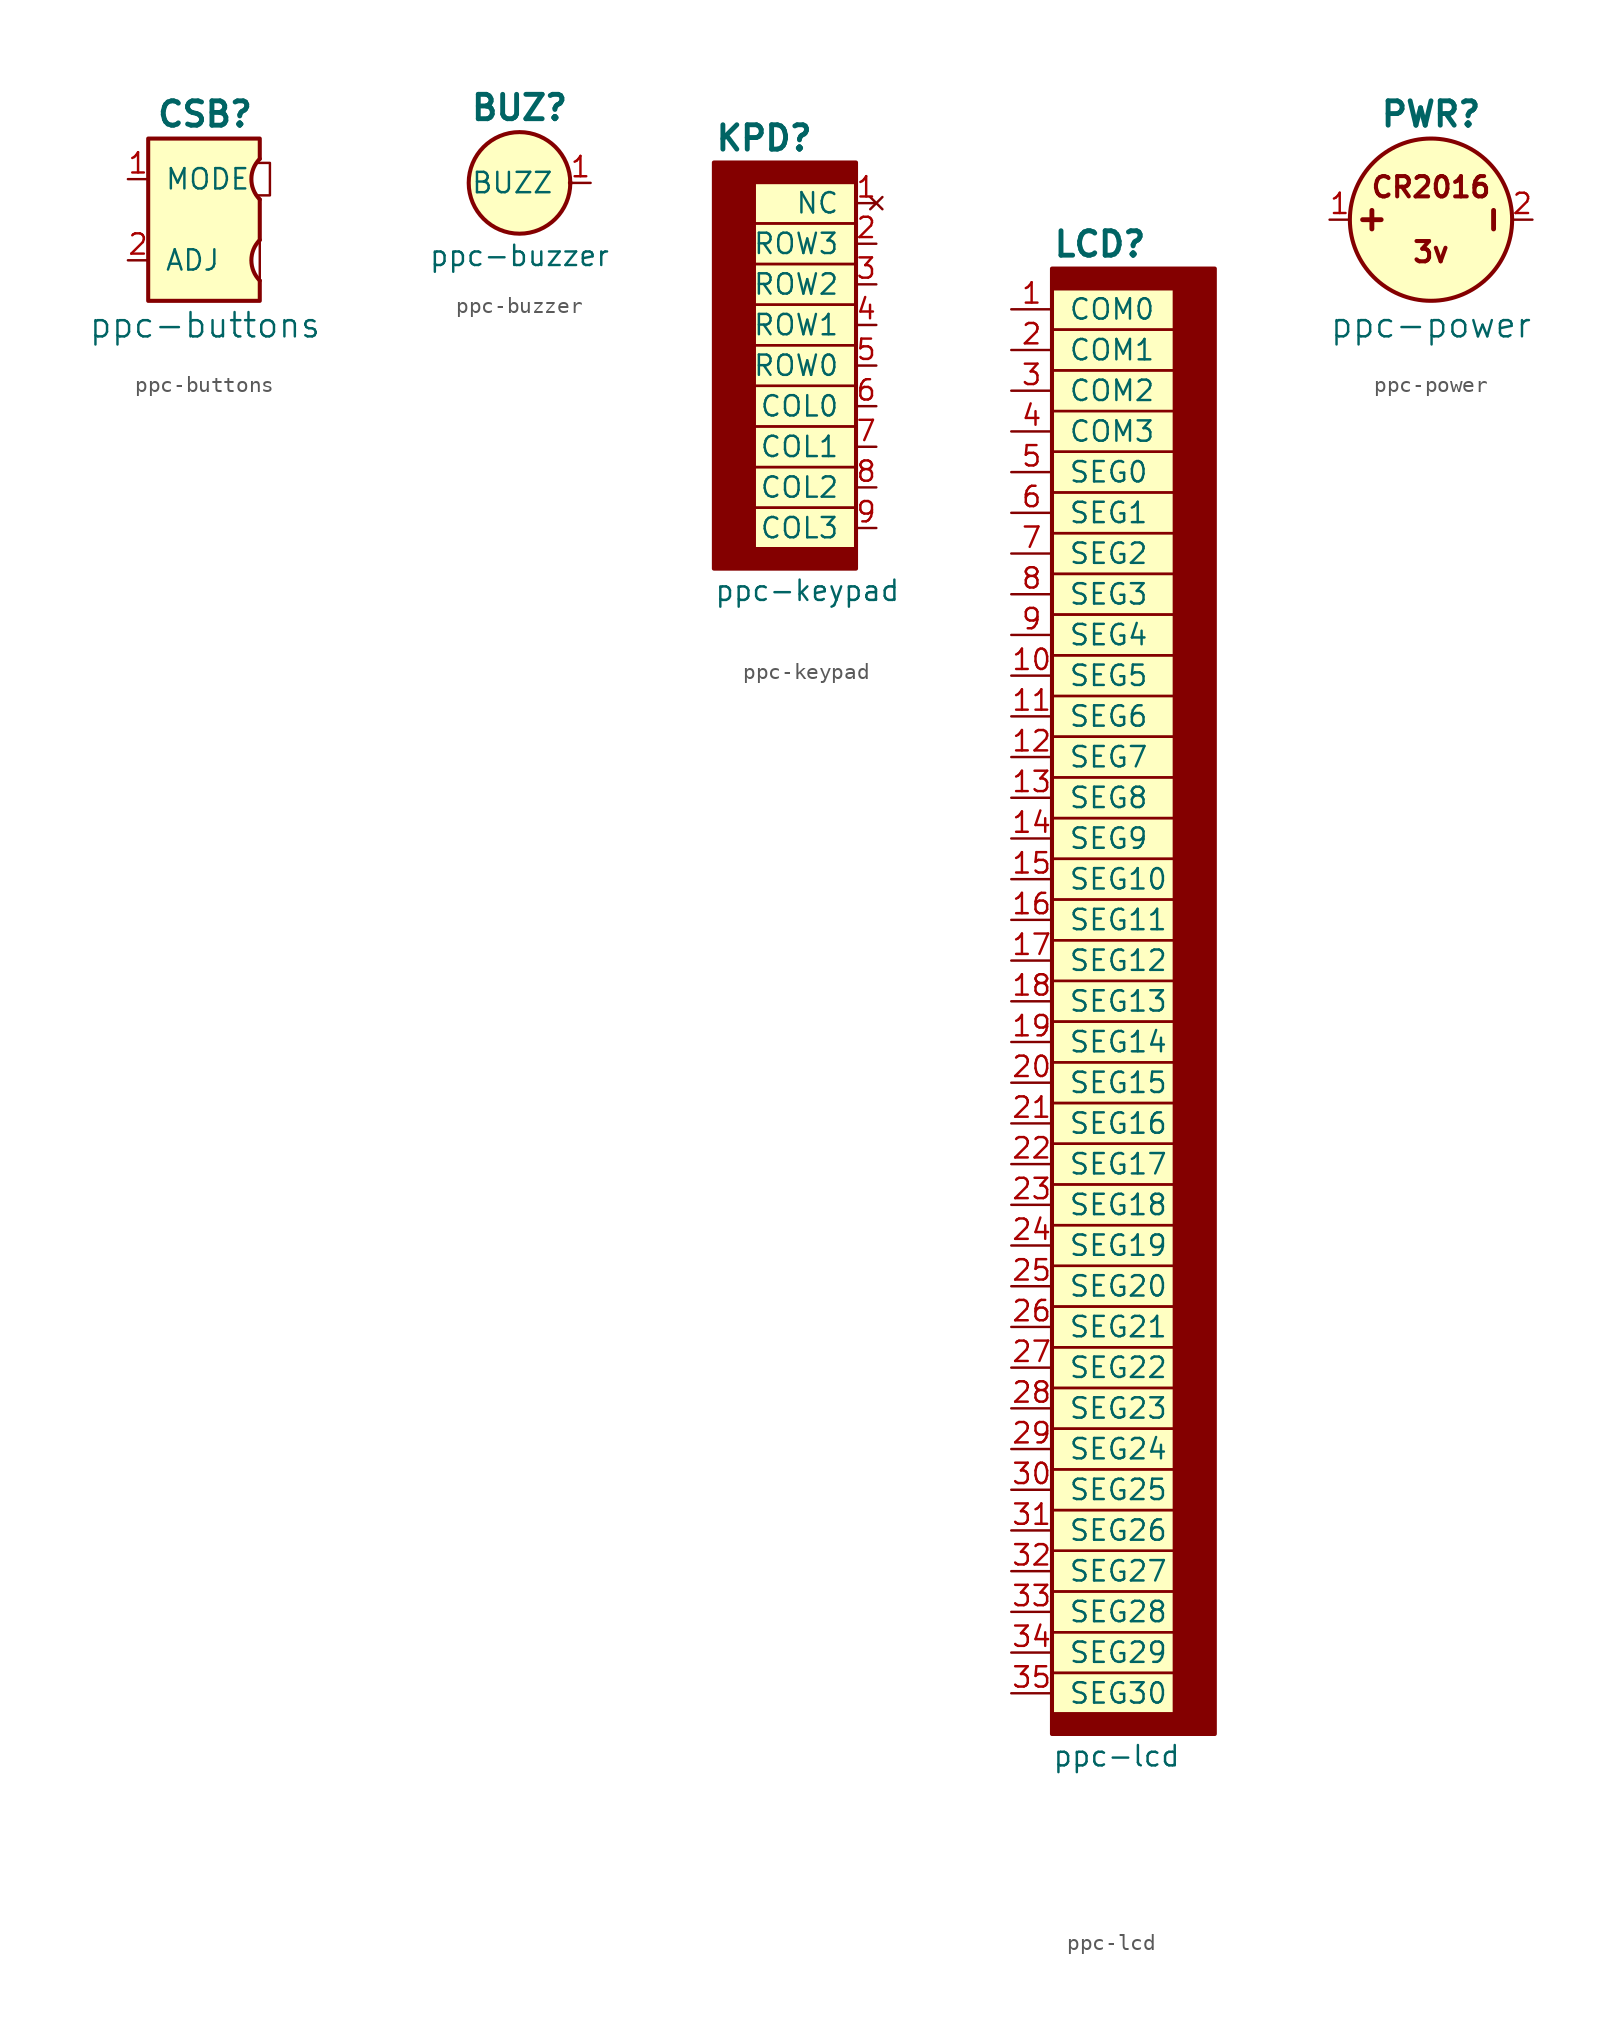
<source format=kicad_sym>
(kicad_symbol_lib
  (version 20220126)
  (generator kicad_symbol_editor)
  (symbol "ppc-buttons"
    (pin_names
      (offset 1.016))
    (property "Reference" "CSB"
      (at 0 5.715 0)
      (effects (font (size 1.524 1.524) bold) (justify bottom)))
    (property "Value" "ppc-buttons"
      (at 0 -5.715 0)
      (effects (font (size 1.524 1.524)) (justify top)))
    (symbol "ppc-buttons_0_1"
      (polyline (pts (xy 3.429 -3.81) (xy 3.429 -1.27)) (stroke (width 0.152) (type default)) (fill (type none)))
      (polyline (pts (xy 3.429 -1.27) (xy 3.429 1.27)) (stroke (width 0.254) (type default)) (fill (type none)))
      (polyline (pts (xy 3.302 1.524) (xy 4.064 1.524) (xy 4.064 3.556) (xy 3.302 3.556)) (stroke (width 0.152) (type default)) (fill (type none)))
      (polyline (pts (xy 3.429 3.81) (xy 3.429 5.08) (xy -3.556 5.08) (xy -3.556 -5.08) (xy 3.429 -5.08) (xy 3.429 -3.81)) (stroke (width 0.254) (type default)) (fill (type none)))
      (polyline (pts (xy 3.353 5.004) (xy 3.353 3.835) (xy 2.997 3.353) (xy 2.819 2.819) (xy 2.845 2.108) (xy 3.099 1.549) (xy 3.327 1.295) (xy 3.327 0.864) (xy 3.327 -1.27) (xy 3.073 -1.626) (xy 2.819 -2.54) (xy 3.023 -3.378) (xy 3.353 -3.835) (xy 3.353 -4.978) (xy -3.454 -4.978) (xy -3.454 5.029) (xy 3.353 5.004)) (stroke (width 0.003) (type default)) (fill (type background)))
      (arc (start 3.4289 -1.27) (mid 2.9029 -2.54) (end 3.4289 -3.81) (stroke (width 0.254) (type default)) (fill (type none)))
      (arc (start 3.4288 3.81) (mid 2.9028 2.54) (end 3.4288 1.27) (stroke (width 0.254) (type default)) (fill (type none))))
    (symbol "ppc-buttons_1_1"
      (pin output line (at -4.826 2.54 0) (length 1.27) (name "MODE" (effects (font (size 1.27 1.27)))) (number "1" (effects (font (size 1.27 1.27)))))
      (pin output line (at -4.826 -2.54 0) (length 1.27) (name "ADJ" (effects (font (size 1.27 1.27)))) (number "2" (effects (font (size 1.27 1.27)))))))
  (symbol "ppc-buzzer"
    (pin_names
      (offset 1.016))
    (property "Reference" "BUZ"
      (at -0.635 3.81 0)
      (effects (font (size 1.524 1.524) bold) (justify bottom)))
    (property "Value" "ppc-buzzer"
      (at -0.635 -3.81 0)
      (effects (font (size 1.27 1.27)) (justify top)))
    (symbol "ppc-buzzer_0_1"
      (circle (center -0.635 0) (radius 3.175) (stroke (width 0.254) (type default)) (fill (type background)))
      (circle (center 2.54 0) (radius 0.0001) (stroke (width 0) (type default)) (fill (type none))))
    (symbol "ppc-buzzer_1_1"
      (pin input line (at 3.81 0 180) (length 1.27) (name "BUZZ" (effects (font (size 1.27 1.27)))) (number "1" (effects (font (size 1.27 1.27)))))))
  (symbol "ppc-keypad"
    (pin_names
      (offset 1.016))
    (property "Reference" "KPD"
      (at -5.08 13.335 0)
      (effects (font (size 1.524 1.524) bold) (justify left bottom)))
    (property "Value" "ppc-keypad"
      (at -5.08 -13.335 0)
      (effects (font (size 1.27 1.27)) (justify left top)))
    (symbol "ppc-keypad_0_1"
      (rectangle (start -5.08 12.7) (end 3.81 -12.7) (stroke (width 0.254) (type default)) (fill (type none)))
      (rectangle (start -2.54 11.43) (end 3.81 -11.43) (stroke (width 0) (type default)) (fill (type background)))
      (polyline (pts (xy 3.81 11.43) (xy 3.81 12.7) (xy -5.08 12.7) (xy -5.08 -12.7) (xy 3.81 -12.7) (xy 3.81 -11.43) (xy -2.54 -11.43) (xy -2.54 11.43) (xy 3.81 11.43)) (stroke (width 0) (type default)) (fill (type outline)))
      (rectangle (start 3.81 -8.89) (end -2.54 -11.43) (stroke (width 0) (type default)) (fill (type none)))
      (rectangle (start 3.81 -6.35) (end -2.54 -8.89) (stroke (width 0) (type default)) (fill (type none)))
      (rectangle (start 3.81 -3.81) (end -2.54 -6.35) (stroke (width 0) (type default)) (fill (type none)))
      (rectangle (start 3.81 -1.27) (end -2.54 -3.81) (stroke (width 0) (type default)) (fill (type none)))
      (rectangle (start 3.81 1.27) (end -2.54 -1.27) (stroke (width 0) (type default)) (fill (type none)))
      (rectangle (start 3.81 3.81) (end -2.54 1.27) (stroke (width 0) (type default)) (fill (type none)))
      (rectangle (start 3.81 6.35) (end -2.54 3.81) (stroke (width 0) (type default)) (fill (type none)))
      (rectangle (start 3.81 8.89) (end -2.54 6.35) (stroke (width 0) (type default)) (fill (type none)))
      (rectangle (start 3.81 11.43) (end -2.54 8.89) (stroke (width 0) (type default)) (fill (type none))))
    (symbol "ppc-keypad_1_1"
      (pin no_connect line (at 5.08 10.16 180) (length 1.27) (name "NC" (effects (font (size 1.27 1.27)))) (number "1" (effects (font (size 1.27 1.27)))))
      (pin bidirectional line (at 5.08 7.62 180) (length 1.27) (name "ROW3" (effects (font (size 1.27 1.27)))) (number "2" (effects (font (size 1.27 1.27)))))
      (pin bidirectional line (at 5.08 5.08 180) (length 1.27) (name "ROW2" (effects (font (size 1.27 1.27)))) (number "3" (effects (font (size 1.27 1.27)))))
      (pin bidirectional line (at 5.08 2.54 180) (length 1.27) (name "ROW1" (effects (font (size 1.27 1.27)))) (number "4" (effects (font (size 1.27 1.27)))))
      (pin bidirectional line (at 5.08 0 180) (length 1.27) (name "ROW0" (effects (font (size 1.27 1.27)))) (number "5" (effects (font (size 1.27 1.27)))))
      (pin bidirectional line (at 5.08 -2.54 180) (length 1.27) (name "COL0" (effects (font (size 1.27 1.27)))) (number "6" (effects (font (size 1.27 1.27)))))
      (pin bidirectional line (at 5.08 -5.08 180) (length 1.27) (name "COL1" (effects (font (size 1.27 1.27)))) (number "7" (effects (font (size 1.27 1.27)))))
      (pin bidirectional line (at 5.08 -7.62 180) (length 1.27) (name "COL2" (effects (font (size 1.27 1.27)))) (number "8" (effects (font (size 1.27 1.27)))))
      (pin bidirectional line (at 5.08 -10.16 180) (length 1.27) (name "COL3" (effects (font (size 1.27 1.27)))) (number "9" (effects (font (size 1.27 1.27)))))))
  (symbol "ppc-lcd"
    (pin_names
      (offset 1.016))
    (property "Reference" "LCD"
      (at -3.81 45.085 0)
      (effects (font (size 1.524 1.524) bold) (justify left bottom)))
    (property "Value" "ppc-lcd"
      (at -3.81 -47.625 0)
      (effects (font (size 1.27 1.27)) (justify left top)))
    (symbol "ppc-lcd_0_1"
      (rectangle (start -3.81 -43.18) (end 3.81 -45.72) (stroke (width 0) (type default)) (fill (type none)))
      (rectangle (start -3.81 -40.64) (end 3.81 -43.18) (stroke (width 0) (type default)) (fill (type none)))
      (rectangle (start -3.81 -38.1) (end 3.81 -40.64) (stroke (width 0) (type default)) (fill (type none)))
      (rectangle (start -3.81 -35.56) (end 3.81 -38.1) (stroke (width 0) (type default)) (fill (type none)))
      (rectangle (start -3.81 -33.02) (end 3.81 -35.56) (stroke (width 0) (type default)) (fill (type none)))
      (rectangle (start -3.81 -30.48) (end 3.81 -33.02) (stroke (width 0) (type default)) (fill (type none)))
      (rectangle (start -3.81 -27.94) (end 3.81 -30.48) (stroke (width 0) (type default)) (fill (type none)))
      (rectangle (start -3.81 -25.4) (end 3.81 -27.94) (stroke (width 0) (type default)) (fill (type none)))
      (rectangle (start -3.81 -22.86) (end 3.81 -25.4) (stroke (width 0) (type default)) (fill (type none)))
      (rectangle (start -3.81 -20.32) (end 3.81 -22.86) (stroke (width 0) (type default)) (fill (type none)))
      (rectangle (start -3.81 -17.78) (end 3.81 -20.32) (stroke (width 0) (type default)) (fill (type none)))
      (rectangle (start -3.81 -15.24) (end 3.81 -17.78) (stroke (width 0) (type default)) (fill (type none)))
      (rectangle (start -3.81 -12.7) (end 3.81 -15.24) (stroke (width 0) (type default)) (fill (type none)))
      (rectangle (start -3.81 -10.16) (end 3.81 -12.7) (stroke (width 0) (type default)) (fill (type none)))
      (rectangle (start -3.81 -7.62) (end 3.81 -10.16) (stroke (width 0) (type default)) (fill (type none)))
      (rectangle (start -3.81 -5.08) (end 3.81 -7.62) (stroke (width 0) (type default)) (fill (type none)))
      (rectangle (start -3.81 -2.54) (end 3.81 -5.08) (stroke (width 0) (type default)) (fill (type none)))
      (rectangle (start -3.81 0) (end 3.81 -2.54) (stroke (width 0) (type default)) (fill (type none)))
      (rectangle (start -3.81 2.54) (end 3.81 0) (stroke (width 0) (type default)) (fill (type none)))
      (rectangle (start -3.81 5.08) (end 3.81 2.54) (stroke (width 0) (type default)) (fill (type none)))
      (rectangle (start -3.81 7.62) (end 3.81 5.08) (stroke (width 0) (type default)) (fill (type none)))
      (rectangle (start -3.81 10.16) (end 3.81 7.62) (stroke (width 0) (type default)) (fill (type none)))
      (rectangle (start -3.81 12.7) (end 3.81 10.16) (stroke (width 0) (type default)) (fill (type none)))
      (rectangle (start -3.81 15.24) (end 3.81 12.7) (stroke (width 0) (type default)) (fill (type none)))
      (rectangle (start -3.81 17.78) (end 3.81 15.24) (stroke (width 0) (type default)) (fill (type none)))
      (rectangle (start -3.81 20.32) (end 3.81 17.78) (stroke (width 0) (type default)) (fill (type none)))
      (rectangle (start -3.81 22.86) (end 3.81 20.32) (stroke (width 0) (type default)) (fill (type none)))
      (rectangle (start -3.81 25.4) (end 3.81 22.86) (stroke (width 0) (type default)) (fill (type none)))
      (rectangle (start -3.81 27.94) (end 3.81 25.4) (stroke (width 0) (type default)) (fill (type none)))
      (rectangle (start -3.81 30.48) (end 3.81 27.94) (stroke (width 0) (type default)) (fill (type none)))
      (rectangle (start -3.81 33.02) (end 3.81 30.48) (stroke (width 0) (type default)) (fill (type none)))
      (rectangle (start -3.81 35.56) (end 3.81 33.02) (stroke (width 0) (type default)) (fill (type none)))
      (rectangle (start -3.81 38.1) (end 3.81 35.56) (stroke (width 0) (type default)) (fill (type none)))
      (rectangle (start -3.81 40.64) (end 3.81 38.1) (stroke (width 0) (type default)) (fill (type none)))
      (rectangle (start -3.81 43.18) (end 3.81 -45.72) (stroke (width 0) (type default)) (fill (type background)))
      (rectangle (start -3.81 43.18) (end 3.81 40.64) (stroke (width 0) (type default)) (fill (type none)))
      (rectangle (start -3.81 44.45) (end 6.35 -46.99) (stroke (width 0.254) (type default)) (fill (type none)))
      (polyline (pts (xy -3.81 43.18) (xy -3.81 44.45) (xy 6.35 44.45) (xy 6.35 -46.99) (xy -3.81 -46.99) (xy -3.81 -45.72) (xy 3.81 -45.72) (xy 3.81 43.18) (xy -3.81 43.18)) (stroke (width 0) (type default)) (fill (type outline))))
    (symbol "ppc-lcd_1_1"
      (pin input line (at -6.35 41.91 0) (length 2.54) (name "COM0" (effects (font (size 1.27 1.27)))) (number "1" (effects (font (size 1.27 1.27)))))
      (pin input line (at -6.35 19.05 0) (length 2.54) (name "SEG5" (effects (font (size 1.27 1.27)))) (number "10" (effects (font (size 1.27 1.27)))))
      (pin input line (at -6.35 16.51 0) (length 2.54) (name "SEG6" (effects (font (size 1.27 1.27)))) (number "11" (effects (font (size 1.27 1.27)))))
      (pin input line (at -6.35 13.97 0) (length 2.54) (name "SEG7" (effects (font (size 1.27 1.27)))) (number "12" (effects (font (size 1.27 1.27)))))
      (pin input line (at -6.35 11.43 0) (length 2.54) (name "SEG8" (effects (font (size 1.27 1.27)))) (number "13" (effects (font (size 1.27 1.27)))))
      (pin input line (at -6.35 8.89 0) (length 2.54) (name "SEG9" (effects (font (size 1.27 1.27)))) (number "14" (effects (font (size 1.27 1.27)))))
      (pin input line (at -6.35 6.35 0) (length 2.54) (name "SEG10" (effects (font (size 1.27 1.27)))) (number "15" (effects (font (size 1.27 1.27)))))
      (pin input line (at -6.35 3.81 0) (length 2.54) (name "SEG11" (effects (font (size 1.27 1.27)))) (number "16" (effects (font (size 1.27 1.27)))))
      (pin input line (at -6.35 1.27 0) (length 2.54) (name "SEG12" (effects (font (size 1.27 1.27)))) (number "17" (effects (font (size 1.27 1.27)))))
      (pin input line (at -6.35 -1.27 0) (length 2.54) (name "SEG13" (effects (font (size 1.27 1.27)))) (number "18" (effects (font (size 1.27 1.27)))))
      (pin input line (at -6.35 -3.81 0) (length 2.54) (name "SEG14" (effects (font (size 1.27 1.27)))) (number "19" (effects (font (size 1.27 1.27)))))
      (pin input line (at -6.35 39.37 0) (length 2.54) (name "COM1" (effects (font (size 1.27 1.27)))) (number "2" (effects (font (size 1.27 1.27)))))
      (pin input line (at -6.35 -6.35 0) (length 2.54) (name "SEG15" (effects (font (size 1.27 1.27)))) (number "20" (effects (font (size 1.27 1.27)))))
      (pin input line (at -6.35 -8.89 0) (length 2.54) (name "SEG16" (effects (font (size 1.27 1.27)))) (number "21" (effects (font (size 1.27 1.27)))))
      (pin input line (at -6.35 -11.43 0) (length 2.54) (name "SEG17" (effects (font (size 1.27 1.27)))) (number "22" (effects (font (size 1.27 1.27)))))
      (pin input line (at -6.35 -13.97 0) (length 2.54) (name "SEG18" (effects (font (size 1.27 1.27)))) (number "23" (effects (font (size 1.27 1.27)))))
      (pin input line (at -6.35 -16.51 0) (length 2.54) (name "SEG19" (effects (font (size 1.27 1.27)))) (number "24" (effects (font (size 1.27 1.27)))))
      (pin input line (at -6.35 -19.05 0) (length 2.54) (name "SEG20" (effects (font (size 1.27 1.27)))) (number "25" (effects (font (size 1.27 1.27)))))
      (pin input line (at -6.35 -21.59 0) (length 2.54) (name "SEG21" (effects (font (size 1.27 1.27)))) (number "26" (effects (font (size 1.27 1.27)))))
      (pin input line (at -6.35 -24.13 0) (length 2.54) (name "SEG22" (effects (font (size 1.27 1.27)))) (number "27" (effects (font (size 1.27 1.27)))))
      (pin input line (at -6.35 -26.67 0) (length 2.54) (name "SEG23" (effects (font (size 1.27 1.27)))) (number "28" (effects (font (size 1.27 1.27)))))
      (pin input line (at -6.35 -29.21 0) (length 2.54) (name "SEG24" (effects (font (size 1.27 1.27)))) (number "29" (effects (font (size 1.27 1.27)))))
      (pin input line (at -6.35 36.83 0) (length 2.54) (name "COM2" (effects (font (size 1.27 1.27)))) (number "3" (effects (font (size 1.27 1.27)))))
      (pin input line (at -6.35 -31.75 0) (length 2.54) (name "SEG25" (effects (font (size 1.27 1.27)))) (number "30" (effects (font (size 1.27 1.27)))))
      (pin input line (at -6.35 -34.29 0) (length 2.54) (name "SEG26" (effects (font (size 1.27 1.27)))) (number "31" (effects (font (size 1.27 1.27)))))
      (pin input line (at -6.35 -36.83 0) (length 2.54) (name "SEG27" (effects (font (size 1.27 1.27)))) (number "32" (effects (font (size 1.27 1.27)))))
      (pin input line (at -6.35 -39.37 0) (length 2.54) (name "SEG28" (effects (font (size 1.27 1.27)))) (number "33" (effects (font (size 1.27 1.27)))))
      (pin input line (at -6.35 -41.91 0) (length 2.54) (name "SEG29" (effects (font (size 1.27 1.27)))) (number "34" (effects (font (size 1.27 1.27)))))
      (pin input line (at -6.35 -44.45 0) (length 2.54) (name "SEG30" (effects (font (size 1.27 1.27)))) (number "35" (effects (font (size 1.27 1.27)))))
      (pin input line (at -6.35 34.29 0) (length 2.54) (name "COM3" (effects (font (size 1.27 1.27)))) (number "4" (effects (font (size 1.27 1.27)))))
      (pin input line (at -6.35 31.75 0) (length 2.54) (name "SEG0" (effects (font (size 1.27 1.27)))) (number "5" (effects (font (size 1.27 1.27)))))
      (pin input line (at -6.35 29.21 0) (length 2.54) (name "SEG1" (effects (font (size 1.27 1.27)))) (number "6" (effects (font (size 1.27 1.27)))))
      (pin input line (at -6.35 26.67 0) (length 2.54) (name "SEG2" (effects (font (size 1.27 1.27)))) (number "7" (effects (font (size 1.27 1.27)))))
      (pin input line (at -6.35 24.13 0) (length 2.54) (name "SEG3" (effects (font (size 1.27 1.27)))) (number "8" (effects (font (size 1.27 1.27)))))
      (pin input line (at -6.35 21.59 0) (length 2.54) (name "SEG4" (effects (font (size 1.27 1.27)))) (number "9" (effects (font (size 1.27 1.27)))))))
  (symbol "ppc-power"
    (pin_names
      (offset 1.016))
    (property "Reference" "PWR"
      (at 0 5.715 0)
      (effects (font (size 1.524 1.524) bold) (justify bottom)))
    (property "Value" "ppc-power"
      (at 0 -5.715 0)
      (effects (font (size 1.524 1.524)) (justify top)))
    (symbol "ppc-power_0_0"
      (text "+" (at -3.81 0 900) (effects (font (size 1.524 1.524) bold)))
      (text "-" (at 3.81 0 900) (effects (font (size 1.524 1.524) bold)))
      (text "3v" (at 0 -2.032 0) (effects (font (size 1.27 1.27) bold)))
      (text "CR2016" (at 0 2.032 0) (effects (font (size 1.27 1.27) bold))))
    (symbol "ppc-power_0_1"
      (circle (center 0 0) (radius 5.08) (stroke (width 0.254) (type default)) (fill (type background))))
    (symbol "ppc-power_1_1"
      (pin power_out line (at -6.35 0 0) (length 1.27) (name "~" (effects (font (size 1.27 1.27)))) (number "1" (effects (font (size 1.27 1.27)))))
      (pin power_out line (at 6.35 0 180) (length 1.27) (name "~" (effects (font (size 1.27 1.27)))) (number "2" (effects (font (size 1.27 1.27))))))))
</source>
